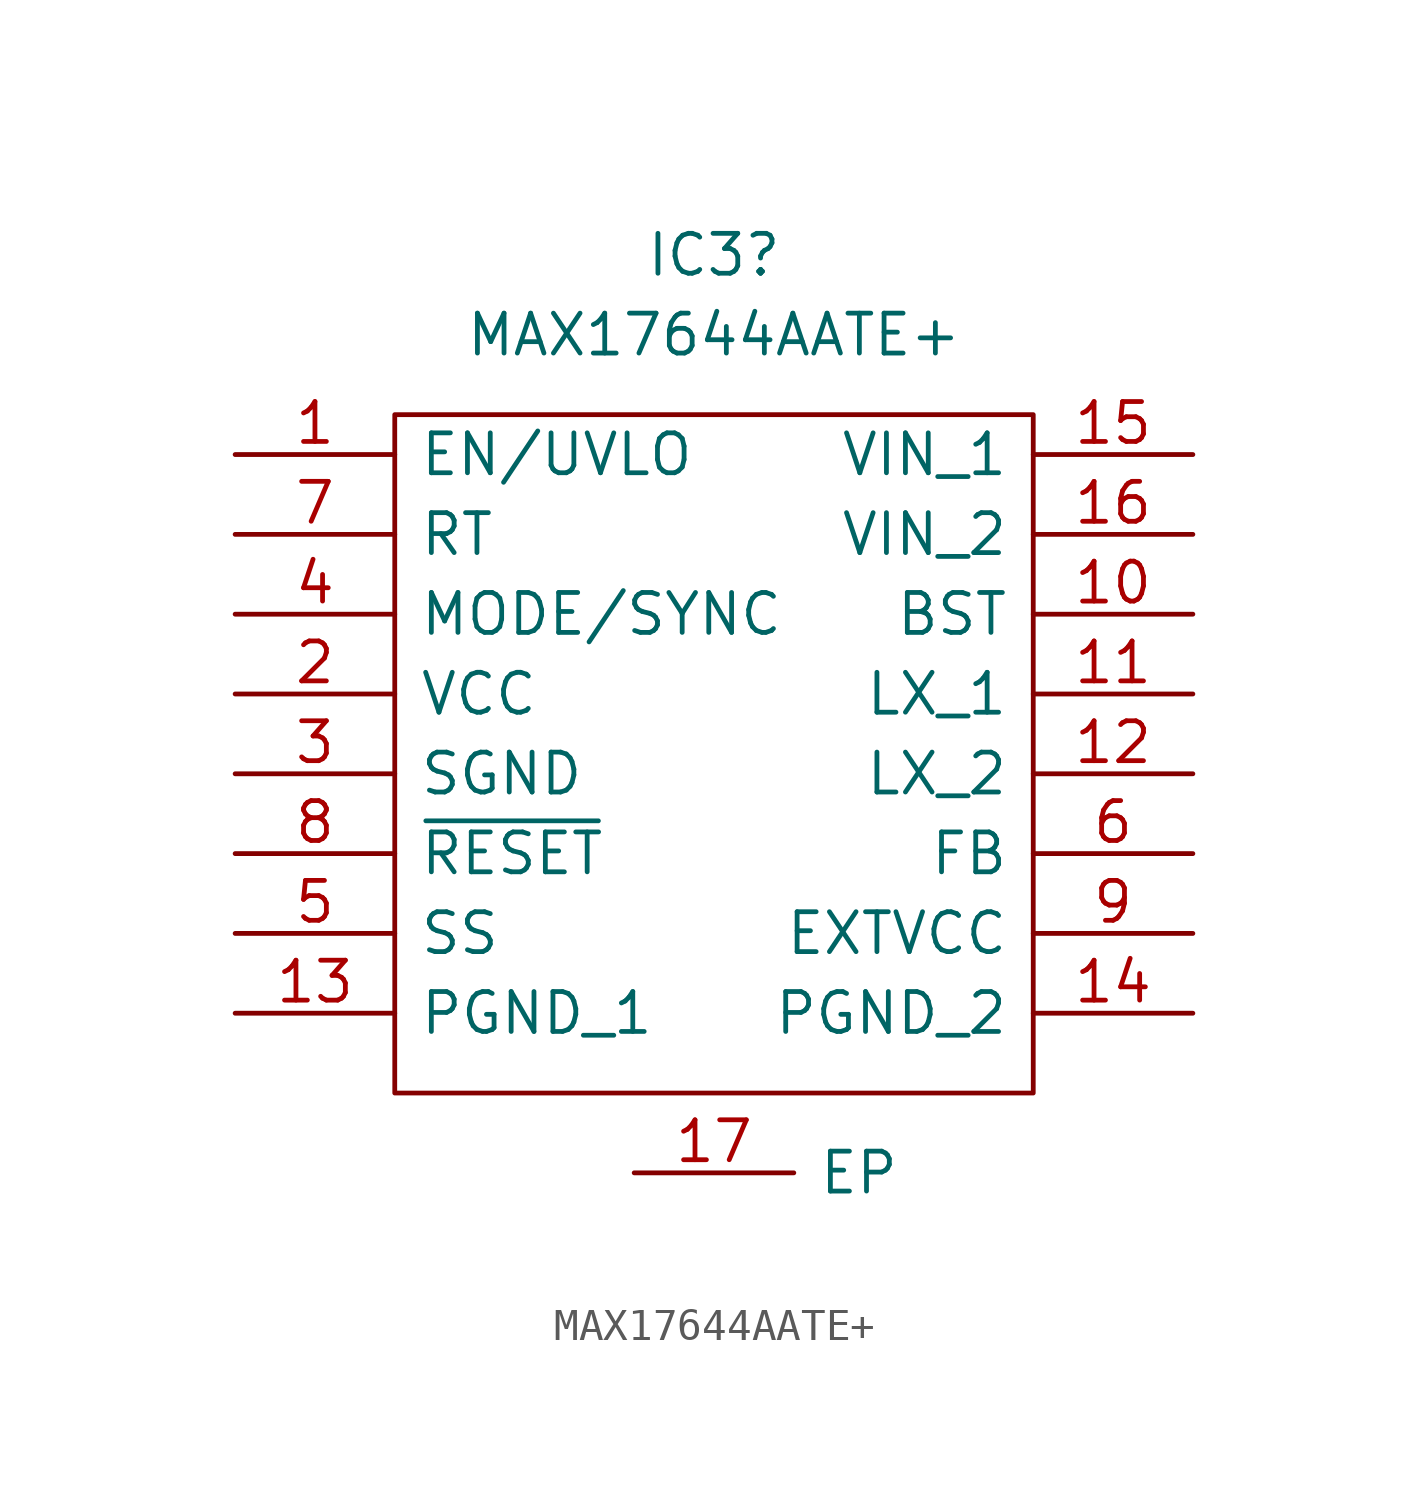
<source format=kicad_sym>
(kicad_symbol_lib
  (version 20211014)
  (generator kicad_symbol_editor)
  (symbol "MAX17644AATE+"
    (pin_names
      (offset 0.762))
    (property "Reference" "IC3"
      (at 15.24 12.7 0)
      (effects (font (size 1.27 1.27))))
    (property "Value" "MAX17644AATE+"
      (at 15.24 10.16 0)
      (effects (font (size 1.27 1.27))))
    (symbol "MAX17644AATE+_0_0"
      (pin passive line (at 0 6.35 0) (length 5.08) (name "EN/UVLO" (effects (font (size 1.27 1.27)))) (number "1" (effects (font (size 1.27 1.27)))))
      (pin passive line (at 30.48 1.27 180) (length 5.08) (name "BST" (effects (font (size 1.27 1.27)))) (number "10" (effects (font (size 1.27 1.27)))))
      (pin passive line (at 30.48 -1.27 180) (length 5.08) (name "LX_1" (effects (font (size 1.27 1.27)))) (number "11" (effects (font (size 1.27 1.27)))))
      (pin passive line (at 30.48 -3.81 180) (length 5.08) (name "LX_2" (effects (font (size 1.27 1.27)))) (number "12" (effects (font (size 1.27 1.27)))))
      (pin passive line (at 0 -11.43 0) (length 5.08) (name "PGND_1" (effects (font (size 1.27 1.27)))) (number "13" (effects (font (size 1.27 1.27)))))
      (pin passive line (at 30.48 -11.43 180) (length 5.08) (name "PGND_2" (effects (font (size 1.27 1.27)))) (number "14" (effects (font (size 1.27 1.27)))))
      (pin passive line (at 30.48 6.35 180) (length 5.08) (name "VIN_1" (effects (font (size 1.27 1.27)))) (number "15" (effects (font (size 1.27 1.27)))))
      (pin passive line (at 30.48 3.81 180) (length 5.08) (name "VIN_2" (effects (font (size 1.27 1.27)))) (number "16" (effects (font (size 1.27 1.27)))))
      (pin passive line (at 12.7 -16.51 0) (length 5.08) (name "EP" (effects (font (size 1.27 1.27)))) (number "17" (effects (font (size 1.27 1.27)))))
      (pin passive line (at 0 -1.27 0) (length 5.08) (name "VCC" (effects (font (size 1.27 1.27)))) (number "2" (effects (font (size 1.27 1.27)))))
      (pin passive line (at 0 -3.81 0) (length 5.08) (name "SGND" (effects (font (size 1.27 1.27)))) (number "3" (effects (font (size 1.27 1.27)))))
      (pin passive line (at 0 1.27 0) (length 5.08) (name "MODE/SYNC" (effects (font (size 1.27 1.27)))) (number "4" (effects (font (size 1.27 1.27)))))
      (pin passive line (at 0 -8.89 0) (length 5.08) (name "SS" (effects (font (size 1.27 1.27)))) (number "5" (effects (font (size 1.27 1.27)))))
      (pin passive line (at 30.48 -6.35 180) (length 5.08) (name "FB" (effects (font (size 1.27 1.27)))) (number "6" (effects (font (size 1.27 1.27)))))
      (pin passive line (at 0 3.81 0) (length 5.08) (name "RT" (effects (font (size 1.27 1.27)))) (number "7" (effects (font (size 1.27 1.27)))))
      (pin passive line (at 0 -6.35 0) (length 5.08) (name "~{RESET}" (effects (font (size 1.27 1.27)))) (number "8" (effects (font (size 1.27 1.27)))))
      (pin passive line (at 30.48 -8.89 180) (length 5.08) (name "EXTVCC" (effects (font (size 1.27 1.27)))) (number "9" (effects (font (size 1.27 1.27))))))
    (symbol "MAX17644AATE+_0_1"
      (polyline (pts (xy 5.08 7.62) (xy 25.4 7.62) (xy 25.4 -13.97) (xy 5.08 -13.97) (xy 5.08 7.62)) (stroke (width 0.152) (type default) (color 0 0 0 0)) (fill (type none))))))
</source>
